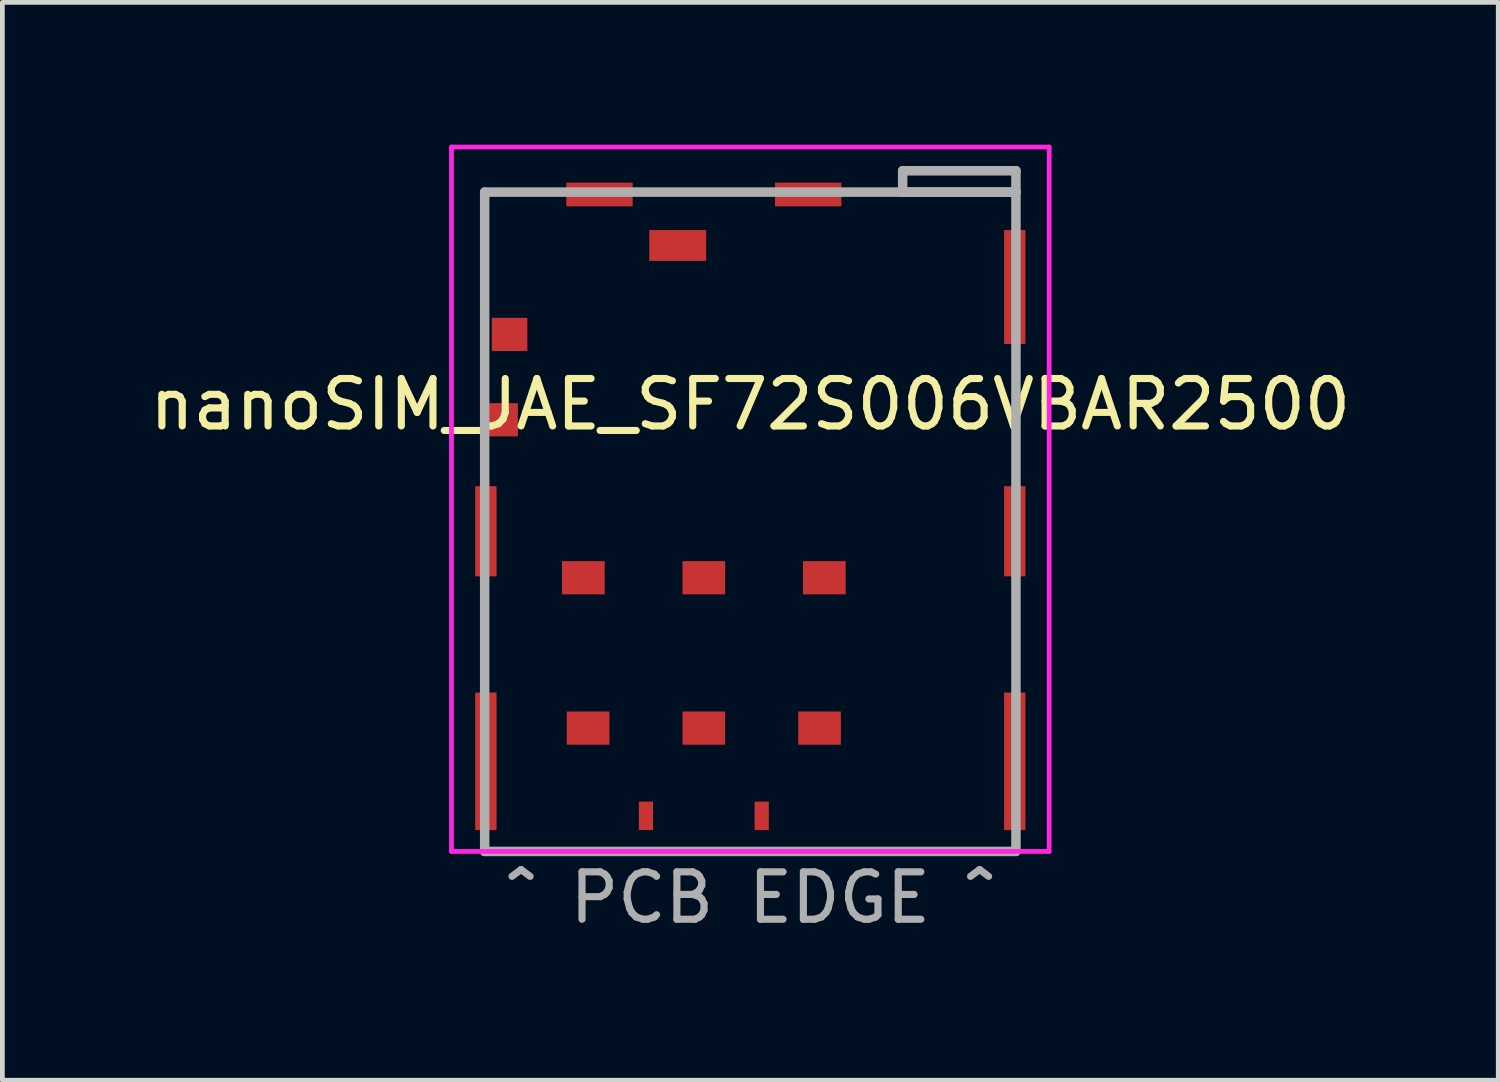
<source format=kicad_pcb>
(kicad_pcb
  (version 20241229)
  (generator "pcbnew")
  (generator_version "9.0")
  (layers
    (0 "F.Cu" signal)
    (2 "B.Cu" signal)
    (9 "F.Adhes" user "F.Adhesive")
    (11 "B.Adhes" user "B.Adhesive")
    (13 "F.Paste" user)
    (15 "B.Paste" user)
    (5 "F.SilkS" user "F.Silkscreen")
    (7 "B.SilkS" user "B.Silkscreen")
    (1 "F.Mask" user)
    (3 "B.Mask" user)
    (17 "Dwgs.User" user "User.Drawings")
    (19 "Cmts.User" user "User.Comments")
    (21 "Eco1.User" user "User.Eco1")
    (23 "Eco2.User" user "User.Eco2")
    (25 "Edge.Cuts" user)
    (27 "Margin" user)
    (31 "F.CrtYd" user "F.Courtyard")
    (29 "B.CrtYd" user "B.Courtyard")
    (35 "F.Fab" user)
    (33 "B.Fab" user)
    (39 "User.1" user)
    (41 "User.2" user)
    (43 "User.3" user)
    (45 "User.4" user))
  (footprint "nanoSIM_JAE_SF72S006VBAR2500"
    (layer "F.Cu")
    (at 12.768 8.175)
    (property "Reference" "nanoSIM_JAE_SF72S006VBAR2500" (at 0 -2.7 0) (layer "F.SilkS") (effects (font (size 1 1) (thickness 0.15))))
    (attr through_hole)
    (fp_line (start -5.6 -7.175) (end -4.4 -7.175) (stroke (width 0.1) (type solid)) (layer "F.SilkS"))
    (fp_line (start -5.6 -5.275) (end -5.6 -7.175) (stroke (width 0.1) (type solid)) (layer "F.SilkS"))
    (fp_line (start -5.6 1.725) (end -5.6 2.725) (stroke (width 0.1) (type solid)) (layer "F.SilkS"))
    (fp_line (start -5.6 6.725) (end 5.575 6.725) (stroke (width 0.1) (type solid)) (layer "F.SilkS"))
    (fp_line (start -1.9 -7.175) (end -0.4 -7.175) (stroke (width 0.1) (type solid)) (layer "F.SilkS"))
    (fp_line (start 2.6 -7.175) (end 3.212 -7.175) (stroke (width 0.1) (type solid)) (layer "F.SilkS"))
    (fp_line (start 3.212 -7.625) (end 5.6 -7.625) (stroke (width 0.1) (type solid)) (layer "F.SilkS"))
    (fp_line (start 3.212 -7.175) (end 3.212 -7.625) (stroke (width 0.1) (type solid)) (layer "F.SilkS"))
    (fp_line (start 5.6 -7.625) (end 5.6 -6.775) (stroke (width 0.1) (type solid)) (layer "F.SilkS"))
    (fp_line (start 5.6 -3.275) (end 5.6 -1.775) (stroke (width 0.1) (type solid)) (layer "F.SilkS"))
    (fp_line (start 5.6 1.725) (end 5.6 2.725) (stroke (width 0.1) (type solid)) (layer "F.SilkS"))
    (fp_line (start -6.3 -8.125) (end 6.3 -8.125) (stroke (width 0.1) (type solid)) (layer "F.CrtYd"))
    (fp_line (start -6.3 6.725) (end -6.3 -8.125) (stroke (width 0.1) (type solid)) (layer "F.CrtYd"))
    (fp_line (start 6.3 -8.125) (end 6.3 6.725) (stroke (width 0.1) (type solid)) (layer "F.CrtYd"))
    (fp_line (start 6.3 6.725) (end -6.3 6.725) (stroke (width 0.1) (type solid)) (layer "F.CrtYd"))
    (fp_line (start -5.6 -7.175) (end 5.6 -7.175) (stroke (width 0.2) (type solid)) (layer "F.Fab"))
    (fp_line (start -5.6 6.725) (end -5.6 -7.175) (stroke (width 0.2) (type solid)) (layer "F.Fab"))
    (fp_line (start 3.212 -7.625) (end 3.212 -7.175) (stroke (width 0.2) (type solid)) (layer "F.Fab"))
    (fp_line (start 3.212 -7.175) (end 5.6 -7.175) (stroke (width 0.2) (type solid)) (layer "F.Fab"))
    (fp_line (start 5.6 -7.625) (end 3.212 -7.625) (stroke (width 0.2) (type solid)) (layer "F.Fab"))
    (fp_line (start 5.6 -7.175) (end 5.6 -7.625) (stroke (width 0.2) (type solid)) (layer "F.Fab"))
    (fp_line (start 5.6 -7.175) (end 5.6 6.725) (stroke (width 0.2) (type solid)) (layer "F.Fab"))
    (fp_line (start 5.6 6.725) (end -5.6 6.725) (stroke (width 0.2) (type solid)) (layer "F.Fab"))
    (fp_text user "^ PCB EDGE ^" (at 0 7.7 0) (layer "F.Fab") (effects (font (size 1 1) (thickness 0.15))))
    (pad "C1" smd rect (at 1.46 4.125 90) (size 0.7 0.9) (layers "F.Cu" "F.Mask" "F.Paste"))
    (pad "C2" smd rect (at -0.98 4.125 90) (size 0.7 0.9) (layers "F.Cu" "F.Mask" "F.Paste"))
    (pad "C3" smd rect (at -3.42 4.125 90) (size 0.7 0.9) (layers "F.Cu" "F.Mask" "F.Paste"))
    (pad "C5" smd rect (at 1.56 0.955 90) (size 0.7 0.9) (layers "F.Cu" "F.Mask" "F.Paste"))
    (pad "C6" smd rect (at -0.98 0.955 90) (size 0.7 0.9) (layers "F.Cu" "F.Mask" "F.Paste"))
    (pad "C7" smd rect (at -3.52 0.955 90) (size 0.7 0.9) (layers "F.Cu" "F.Mask" "F.Paste"))
    (pad "CSW" smd rect (at -5.25 -2.375) (size 0.7 0.7) (layers "F.Cu" "F.Mask" "F.Paste"))
    (pad "DSW" smd rect (at -1.53 -6.05 90) (size 0.65 1.2) (layers "F.Cu" "F.Mask" "F.Paste"))
    (pad "GND1" smd rect (at -5.575 4.825) (size 0.45 2.9) (layers "F.Cu" "F.Mask" "F.Paste"))
    (pad "GND2" smd rect (at -5.575 -0.025) (size 0.45 1.9) (layers "F.Cu" "F.Mask" "F.Paste"))
    (pad "GND3" smd rect (at -5.075 -4.175) (size 0.75 0.7) (layers "F.Cu" "F.Mask" "F.Paste"))
    (pad "GND4" smd rect (at -3.18 -7.125 90) (size 0.5 1.4) (layers "F.Cu" "F.Mask" "F.Paste"))
    (pad "GND5" smd rect (at 1.22 -7.125 90) (size 0.5 1.4) (layers "F.Cu" "F.Mask" "F.Paste"))
    (pad "GND6" smd rect (at 5.575 -5.175) (size 0.45 2.4) (layers "F.Cu" "F.Mask" "F.Paste"))
    (pad "GND7" smd rect (at 5.575 -0.025) (size 0.45 1.9) (layers "F.Cu" "F.Mask" "F.Paste"))
    (pad "GND8" smd rect (at 5.575 4.825) (size 0.45 2.9) (layers "F.Cu" "F.Mask" "F.Paste"))
    (pad "GND9" smd rect (at 0.24 5.975) (size 0.3 0.6) (layers "F.Cu" "F.Mask" "F.Paste"))
    (pad "GND10" smd rect (at -2.2 5.975) (size 0.3 0.6) (layers "F.Cu" "F.Mask" "F.Paste")))
  (gr_rect
    (start -3 -3)
    (end 28.536 19.723)
    (stroke (width 0.1) (type default))
    (fill no)
    (layer "Edge.Cuts")))
</source>
